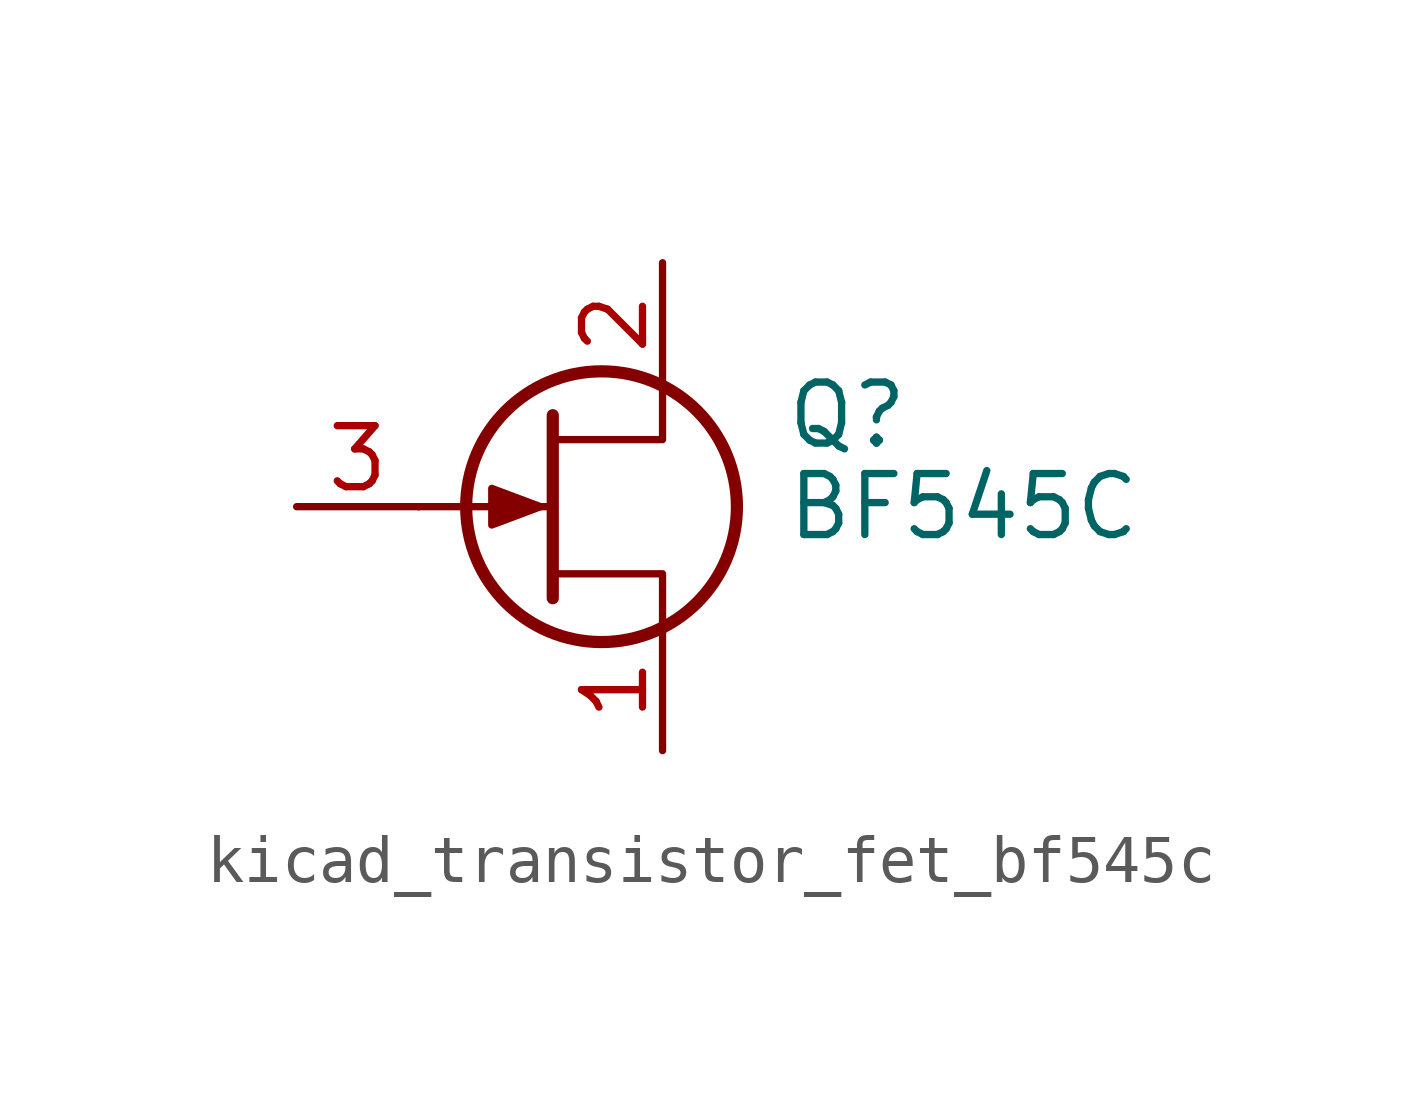
<source format=kicad_sym>
(kicad_symbol_lib
  (version 20220914)
  (generator kicad_symbol_editor)
  (symbol "kicad_transistor_fet_bf545c"
    (pin_names hide)
    (property "Reference" "Q"
      (at 5.08 1.905 0)
      (effects (font (size 1.27 1.27)) (justify left)))
    (property "Value" "BF545C"
      (at 5.08 0 0)
      (effects (font (size 1.27 1.27)) (justify left)))
    (symbol "kicad_transistor_fet_bf545c_0_1"
      (polyline (pts (xy 0.254 0) (xy -2.54 0)) (stroke (width 0) (type default)) (fill (type none)))
      (polyline (pts (xy 0.254 1.905) (xy 0.254 -1.905)) (stroke (width 0.254) (type default)) (fill (type none)))
      (polyline (pts (xy 2.54 -2.54) (xy 2.54 -1.397) (xy 0.254 -1.397)) (stroke (width 0) (type default)) (fill (type none)))
      (polyline (pts (xy 2.54 2.54) (xy 2.54 1.397) (xy 0.254 1.397)) (stroke (width 0) (type default)) (fill (type none)))
      (polyline (pts (xy 0 0) (xy -1.016 0.381) (xy -1.016 -0.381) (xy 0 0)) (stroke (width 0) (type default)) (fill (type outline)))
      (circle (center 1.27 0) (radius 2.819) (stroke (width 0.254) (type default)) (fill (type none))))
    (symbol "kicad_transistor_fet_bf545c_1_1"
      (pin passive line (at 2.54 -5.08 90) (length 2.54) (name "S" (effects (font (size 1.27 1.27)))) (number "1" (effects (font (size 1.27 1.27)))))
      (pin passive line (at 2.54 5.08 270) (length 2.54) (name "D" (effects (font (size 1.27 1.27)))) (number "2" (effects (font (size 1.27 1.27)))))
      (pin input line (at -5.08 0 0) (length 2.54) (name "G" (effects (font (size 1.27 1.27)))) (number "3" (effects (font (size 1.27 1.27))))))))
</source>
